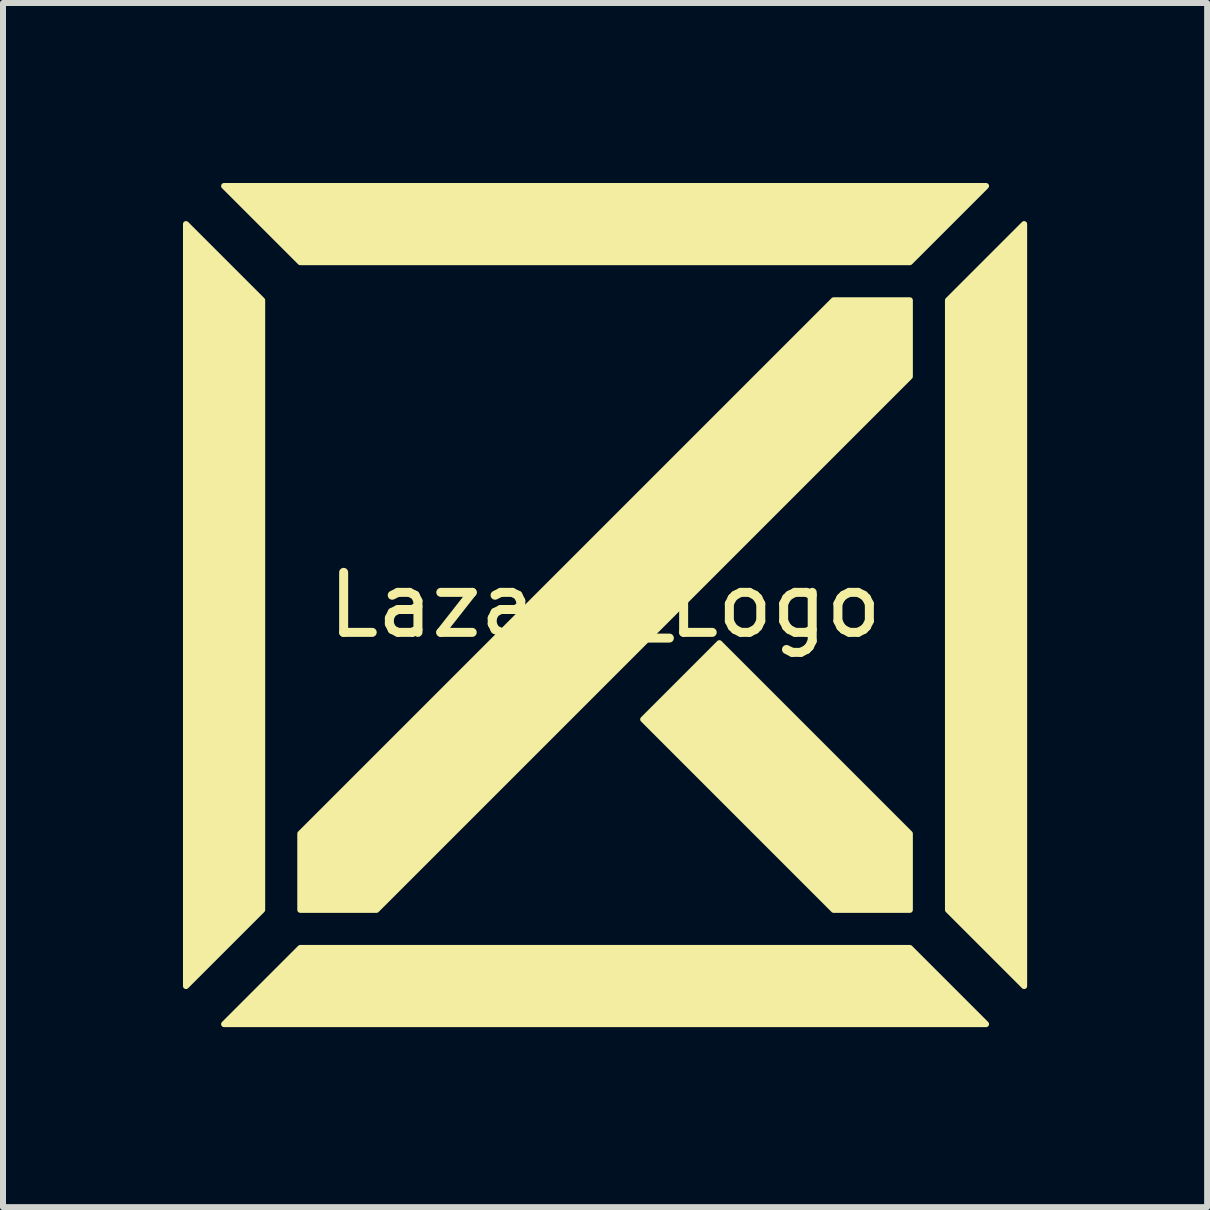
<source format=kicad_pcb>
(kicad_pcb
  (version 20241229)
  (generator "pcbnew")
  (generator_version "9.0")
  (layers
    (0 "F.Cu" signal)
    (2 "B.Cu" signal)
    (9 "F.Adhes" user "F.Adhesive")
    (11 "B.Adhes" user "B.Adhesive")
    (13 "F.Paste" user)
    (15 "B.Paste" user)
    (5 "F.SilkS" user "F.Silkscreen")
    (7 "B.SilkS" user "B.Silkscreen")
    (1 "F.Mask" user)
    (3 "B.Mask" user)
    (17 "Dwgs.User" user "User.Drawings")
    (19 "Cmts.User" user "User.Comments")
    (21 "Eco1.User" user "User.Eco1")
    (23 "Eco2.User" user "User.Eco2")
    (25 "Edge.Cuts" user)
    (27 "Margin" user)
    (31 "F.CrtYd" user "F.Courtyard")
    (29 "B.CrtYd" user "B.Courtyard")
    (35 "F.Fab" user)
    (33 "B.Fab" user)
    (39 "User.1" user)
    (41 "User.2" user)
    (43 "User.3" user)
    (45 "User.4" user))
  (footprint "Lazare_Logo"
    (layer "F.Cu")
    (at 7.035 7.035)
    (property "Reference" "Lazare_Logo" (at 0 0 0) (layer "F.SilkS") (effects (font (size 1 1) (thickness 0.15))))
    (attr through_hole)
    (fp_poly (pts (xy -5.715 -5.08) (xy -5.715 5.08) (xy -6.985 6.35) (xy -6.985 -6.35)) (stroke (width 0.1) (type solid)) (fill yes) (layer "F.SilkS"))
    (fp_poly (pts (xy 5.08 -5.715) (xy -5.08 -5.715) (xy -6.35 -6.985) (xy 6.35 -6.985)) (stroke (width 0.1) (type solid)) (fill yes) (layer "F.SilkS"))
    (fp_poly (pts (xy 6.35 6.985) (xy -6.35 6.985) (xy -5.08 5.715) (xy 5.08 5.715)) (stroke (width 0.1) (type solid)) (fill yes) (layer "F.SilkS"))
    (fp_poly (pts (xy 6.985 6.35) (xy 5.715 5.08) (xy 5.715 -5.08) (xy 6.985 -6.35)) (stroke (width 0.1) (type solid)) (fill yes) (layer "F.SilkS"))
    (fp_poly (pts (xy 5.08 3.81) (xy 5.08 5.08) (xy 3.81 5.08) (xy 0.635 1.905) (xy 1.905 0.635)) (stroke (width 0.1) (type solid)) (fill yes) (layer "F.SilkS"))
    (fp_poly (pts (xy 5.08 -3.81) (xy -3.81 5.08) (xy -5.08 5.08) (xy -5.08 3.81) (xy 3.81 -5.08) (xy 5.08 -5.08)) (stroke (width 0.1) (type solid)) (fill yes) (layer "F.SilkS")))
  (gr_rect
    (start -3 -3)
    (end 17.07 17.07)
    (stroke (width 0.1) (type default))
    (fill no)
    (layer "Edge.Cuts")))
</source>
